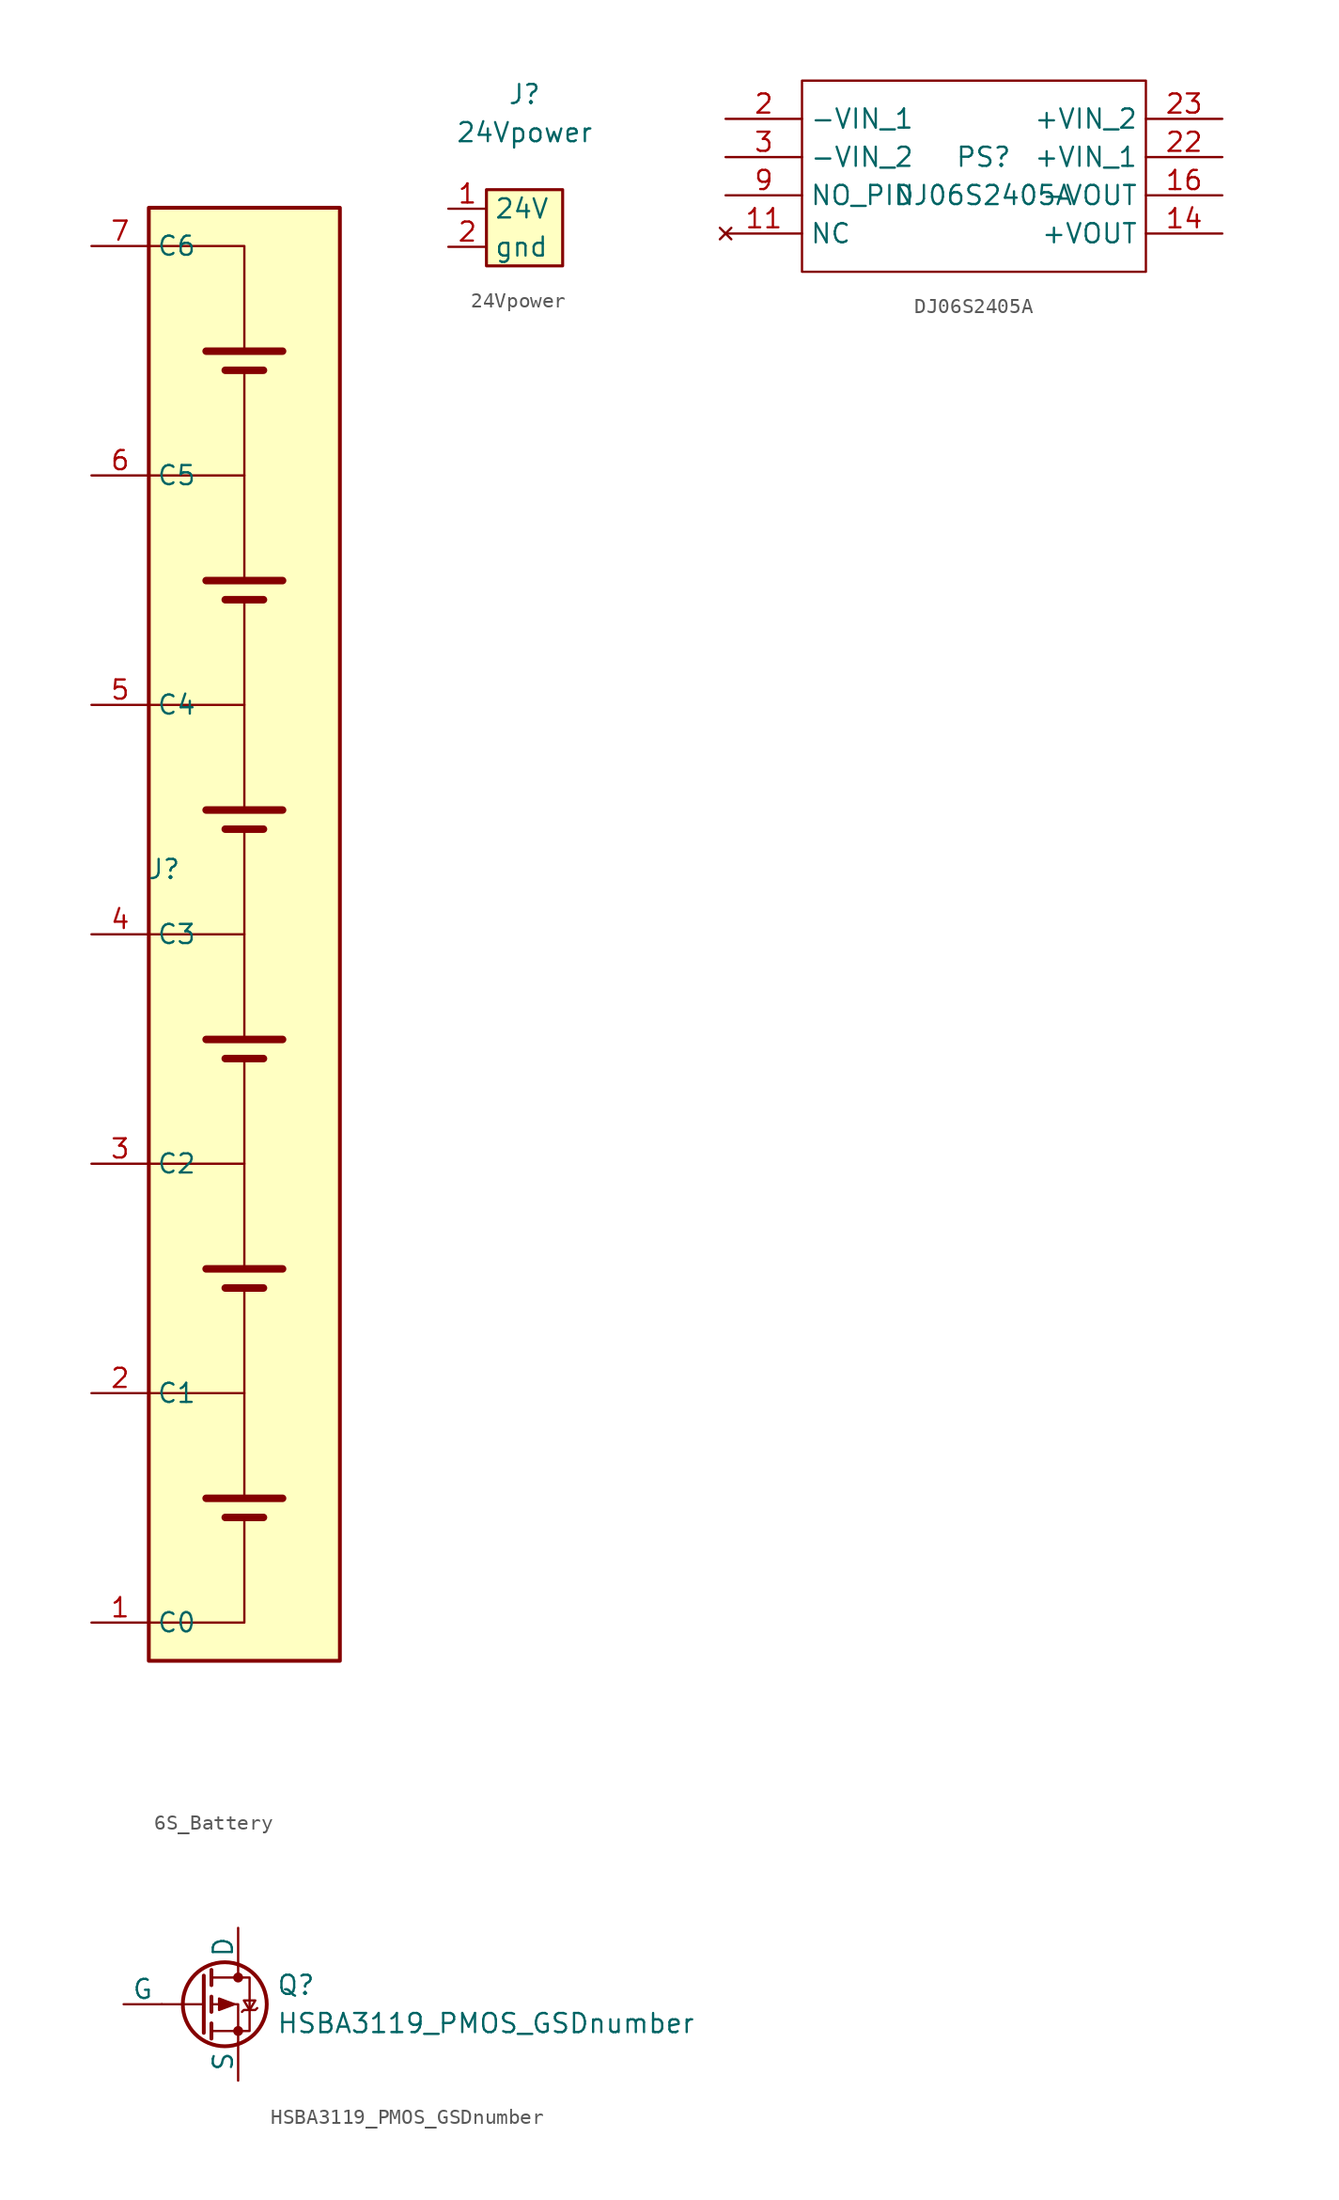
<source format=kicad_sym>
(kicad_symbol_lib
  (version 20231120)
  (generator "kicad_symbol_editor")
  (generator_version "8.0")
  (symbol "6S_Battery"
    (property "Reference" "J"
      (at -5.334 27.178 0)
      (effects (font (size 1.27 1.27))))
    (property "Value" ""
      (at 0 0 0)
      (effects (font (size 1.27 1.27))))
    (symbol "6S_Battery_0_1"
      (polyline (pts (xy -6.35 68.58) (xy 0 68.58) (xy 0 61.595)) (stroke (width 0) (type default)) (fill (type none)))
      (polyline (pts (xy 0 -15.875) (xy 0 -22.86) (xy -6.35 -22.86)) (stroke (width 0) (type default)) (fill (type none)))
      (polyline (pts (xy 0 -7.62) (xy 0 -7.62) (xy 0 -14.605)) (stroke (width 0) (type default)) (fill (type none)))
      (polyline (pts (xy 0 -0.635) (xy 0 -7.62) (xy -6.35 -7.62)) (stroke (width 0) (type default)) (fill (type none)))
      (polyline (pts (xy 0 7.62) (xy 0 7.62) (xy 0 0.635)) (stroke (width 0) (type default)) (fill (type none)))
      (polyline (pts (xy 0 14.605) (xy 0 7.62) (xy -6.35 7.62)) (stroke (width 0) (type default)) (fill (type none)))
      (polyline (pts (xy 0 22.86) (xy 0 22.86) (xy 0 15.875)) (stroke (width 0) (type default)) (fill (type none)))
      (polyline (pts (xy 0 29.845) (xy 0 22.86) (xy -6.35 22.86)) (stroke (width 0) (type default)) (fill (type none)))
      (polyline (pts (xy 0 38.1) (xy 0 38.1) (xy 0 31.115)) (stroke (width 0) (type default)) (fill (type none)))
      (polyline (pts (xy 0 45.085) (xy 0 38.1) (xy -6.35 38.1)) (stroke (width 0) (type default)) (fill (type none)))
      (polyline (pts (xy 0 53.34) (xy 0 53.34) (xy 0 46.355)) (stroke (width 0) (type default)) (fill (type none)))
      (polyline (pts (xy 0 60.325) (xy 0 53.34) (xy -6.35 53.34)) (stroke (width 0) (type default)) (fill (type none))))
    (symbol "6S_Battery_1_1"
      (rectangle (start -6.35 71.12) (end 6.35 -25.4) (stroke (width 0.254) (type default)) (fill (type background)))
      (polyline (pts (xy -2.54 -14.605) (xy 2.54 -14.605)) (stroke (width 0.5) (type default)) (fill (type none)))
      (polyline (pts (xy -2.54 0.635) (xy 2.54 0.635)) (stroke (width 0.5) (type default)) (fill (type none)))
      (polyline (pts (xy -2.54 15.875) (xy 2.54 15.875)) (stroke (width 0.5) (type default)) (fill (type none)))
      (polyline (pts (xy -2.54 31.115) (xy 2.54 31.115)) (stroke (width 0.5) (type default)) (fill (type none)))
      (polyline (pts (xy -2.54 46.355) (xy 2.54 46.355)) (stroke (width 0.5) (type default)) (fill (type none)))
      (polyline (pts (xy -2.54 61.595) (xy 2.54 61.595)) (stroke (width 0.5) (type default)) (fill (type none)))
      (polyline (pts (xy -1.27 -15.875) (xy 1.27 -15.875)) (stroke (width 0.5) (type default)) (fill (type none)))
      (polyline (pts (xy -1.27 -0.635) (xy 1.27 -0.635)) (stroke (width 0.5) (type default)) (fill (type none)))
      (polyline (pts (xy -1.27 14.605) (xy 1.27 14.605)) (stroke (width 0.5) (type default)) (fill (type none)))
      (polyline (pts (xy -1.27 29.845) (xy 1.27 29.845)) (stroke (width 0.5) (type default)) (fill (type none)))
      (polyline (pts (xy -1.27 45.085) (xy 1.27 45.085)) (stroke (width 0.5) (type default)) (fill (type none)))
      (polyline (pts (xy -1.27 60.325) (xy 1.27 60.325)) (stroke (width 0.5) (type default)) (fill (type none)))
      (pin passive line (at -10.16 -22.86 0) (length 3.81) (name "C0" (effects (font (size 1.27 1.27)))) (number "1" (effects (font (size 1.27 1.27)))))
      (pin passive line (at -10.16 -7.62 0) (length 3.81) (name "C1" (effects (font (size 1.27 1.27)))) (number "2" (effects (font (size 1.27 1.27)))))
      (pin passive line (at -10.16 7.62 0) (length 3.81) (name "C2" (effects (font (size 1.27 1.27)))) (number "3" (effects (font (size 1.27 1.27)))))
      (pin passive line (at -10.16 22.86 0) (length 3.81) (name "C3" (effects (font (size 1.27 1.27)))) (number "4" (effects (font (size 1.27 1.27)))))
      (pin passive line (at -10.16 38.1 0) (length 3.81) (name "C4" (effects (font (size 1.27 1.27)))) (number "5" (effects (font (size 1.27 1.27)))))
      (pin passive line (at -10.16 53.34 0) (length 3.81) (name "C5" (effects (font (size 1.27 1.27)))) (number "6" (effects (font (size 1.27 1.27)))))
      (pin passive line (at -10.16 68.58 0) (length 3.81) (name "C6" (effects (font (size 1.27 1.27)))) (number "7" (effects (font (size 1.27 1.27)))))))
  (symbol "24Vpower"
    (property "Reference" "J"
      (at 0 8.89 0)
      (effects (font (size 1.27 1.27))))
    (property "Value" "24Vpower"
      (at 0 6.35 0)
      (effects (font (size 1.27 1.27))))
    (symbol "24Vpower_1_1"
      (rectangle (start -2.54 2.54) (end 2.54 -2.54) (stroke (width 0.2) (type default)) (fill (type background)))
      (pin power_out line (at -5.08 1.27 0) (length 2.54) (name "24V" (effects (font (size 1.27 1.27)))) (number "1" (effects (font (size 1.27 1.27)))))
      (pin passive line (at -5.08 -1.27 0) (length 2.54) (name "gnd" (effects (font (size 1.27 1.27)))) (number "2" (effects (font (size 1.27 1.27)))))))
  (symbol "DJ06S2405A"
    (property "Reference" "PS"
      (at 0 1.27 0)
      (effects (font (size 1.27 1.27))))
    (property "Value" "DJ06S2405A"
      (at 0 -1.27 0)
      (effects (font (size 1.27 1.27))))
    (symbol "DJ06S2405A_0_0"
      (pin no_connect line (at -17.145 -3.81 0) (length 5.08) (name "NC" (effects (font (size 1.27 1.27)))) (number "11" (effects (font (size 1.27 1.27)))))
      (pin passive line (at 15.875 -3.81 180) (length 5.08) (name "+VOUT" (effects (font (size 1.27 1.27)))) (number "14" (effects (font (size 1.27 1.27)))))
      (pin passive line (at 15.875 -1.27 180) (length 5.08) (name "-VOUT" (effects (font (size 1.27 1.27)))) (number "16" (effects (font (size 1.27 1.27)))))
      (pin passive line (at -17.145 3.81 0) (length 5.08) (name "-VIN_1" (effects (font (size 1.27 1.27)))) (number "2" (effects (font (size 1.27 1.27)))))
      (pin passive line (at 15.875 1.27 180) (length 5.08) (name "+VIN_1" (effects (font (size 1.27 1.27)))) (number "22" (effects (font (size 1.27 1.27)))))
      (pin passive line (at 15.875 3.81 180) (length 5.08) (name "+VIN_2" (effects (font (size 1.27 1.27)))) (number "23" (effects (font (size 1.27 1.27)))))
      (pin passive line (at -17.145 1.27 0) (length 5.08) (name "-VIN_2" (effects (font (size 1.27 1.27)))) (number "3" (effects (font (size 1.27 1.27)))))
      (pin passive line (at -17.145 -1.27 0) (length 5.08) (name "NO_PIN" (effects (font (size 1.27 1.27)))) (number "9" (effects (font (size 1.27 1.27))))))
    (symbol "DJ06S2405A_0_1"
      (polyline (pts (xy -12.065 6.35) (xy 10.795 6.35) (xy 10.795 -6.35) (xy -12.065 -6.35) (xy -12.065 6.35)) (stroke (width 0.152) (type solid)) (fill (type none)))))
  (symbol "HSBA3119_PMOS_GSDnumber"
    (pin_numbers hide)
    (pin_names
      (offset 0))
    (property "Reference" "Q"
      (at 5.08 1.27 0)
      (effects (font (size 1.27 1.27)) (justify left)))
    (property "Value" "HSBA3119_PMOS_GSDnumber"
      (at 5.08 -1.27 0)
      (effects (font (size 1.27 1.27)) (justify left)))
    (symbol "HSBA3119_PMOS_GSDnumber_0_1"
      (polyline (pts (xy 0.254 0) (xy -2.54 0)) (stroke (width 0) (type default)) (fill (type none)))
      (polyline (pts (xy 0.254 1.905) (xy 0.254 -1.905)) (stroke (width 0.254) (type default)) (fill (type none)))
      (polyline (pts (xy 0.762 -1.27) (xy 0.762 -2.286)) (stroke (width 0.254) (type default)) (fill (type none)))
      (polyline (pts (xy 0.762 0.508) (xy 0.762 -0.508)) (stroke (width 0.254) (type default)) (fill (type none)))
      (polyline (pts (xy 0.762 2.286) (xy 0.762 1.27)) (stroke (width 0.254) (type default)) (fill (type none)))
      (polyline (pts (xy 2.54 2.54) (xy 2.54 1.778)) (stroke (width 0) (type default)) (fill (type none)))
      (polyline (pts (xy 2.54 -2.54) (xy 2.54 0) (xy 0.762 0)) (stroke (width 0) (type default)) (fill (type none)))
      (polyline (pts (xy 0.762 1.778) (xy 3.302 1.778) (xy 3.302 -1.778) (xy 0.762 -1.778)) (stroke (width 0) (type default)) (fill (type none)))
      (polyline (pts (xy 2.286 0) (xy 1.27 0.381) (xy 1.27 -0.381) (xy 2.286 0)) (stroke (width 0) (type default)) (fill (type outline)))
      (polyline (pts (xy 2.794 -0.508) (xy 2.921 -0.381) (xy 3.683 -0.381) (xy 3.81 -0.254)) (stroke (width 0) (type default)) (fill (type none)))
      (polyline (pts (xy 3.302 -0.381) (xy 2.921 0.254) (xy 3.683 0.254) (xy 3.302 -0.381)) (stroke (width 0) (type default)) (fill (type none)))
      (circle (center 1.651 0) (radius 2.794) (stroke (width 0.254) (type default)) (fill (type none)))
      (circle (center 2.54 -1.778) (radius 0.254) (stroke (width 0) (type default)) (fill (type outline)))
      (circle (center 2.54 1.778) (radius 0.254) (stroke (width 0) (type default)) (fill (type outline))))
    (symbol "HSBA3119_PMOS_GSDnumber_1_1"
      (pin passive line (at 2.54 5.08 270) (length 2.54) (name "D" (effects (font (size 1.27 1.27)))) (number "D" (effects (font (size 1.27 1.27)))))
      (pin input line (at -5.08 0 0) (length 2.54) (name "G" (effects (font (size 1.27 1.27)))) (number "G" (effects (font (size 1.27 1.27)))))
      (pin passive line (at 2.54 -5.08 90) (length 2.54) (name "S" (effects (font (size 1.27 1.27)))) (number "S" (effects (font (size 1.27 1.27))))))))
</source>
